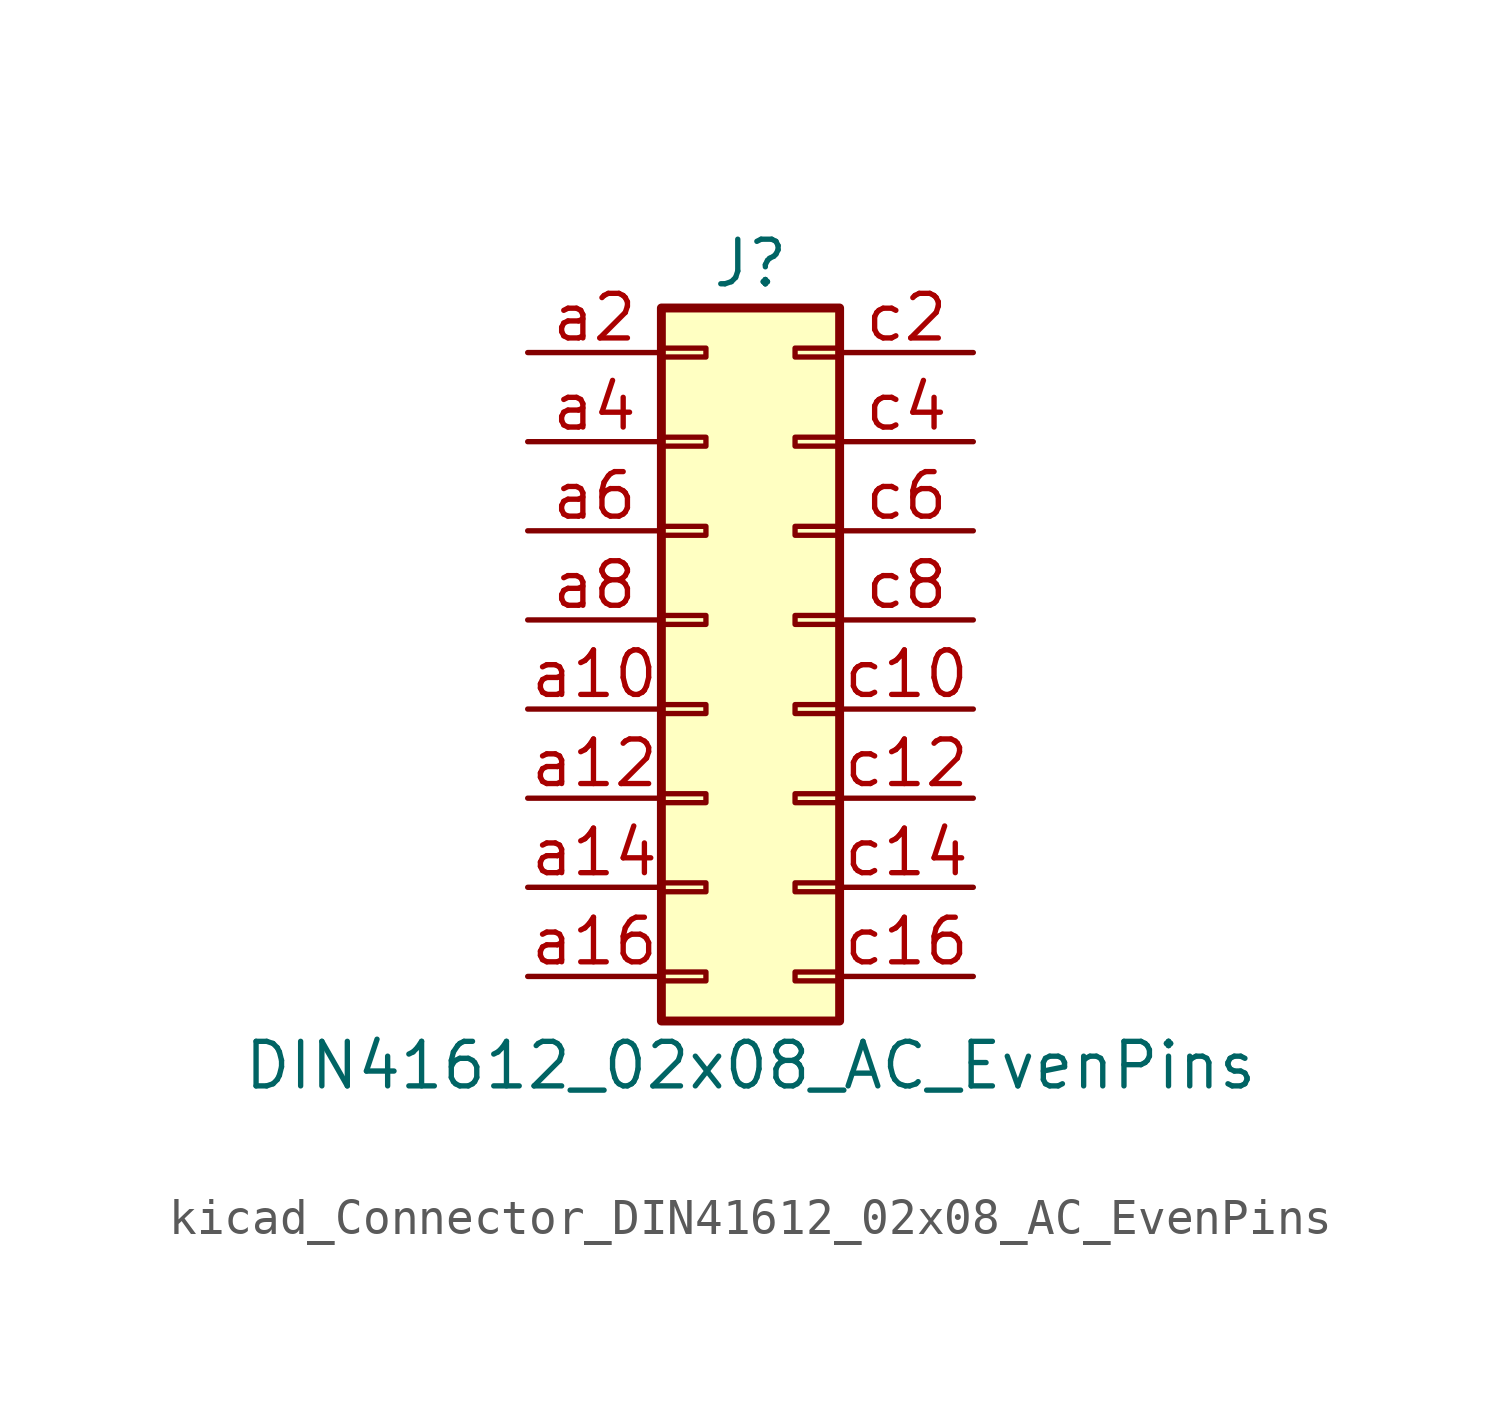
<source format=kicad_sym>
(kicad_symbol_lib
  (version 20220914)
  (generator kicad_symbol_editor)
  (symbol "kicad_Connector_DIN41612_02x08_AC_EvenPins"
    (pin_names
      (offset 1.016) hide)
    (property "Reference" "J"
      (at 1.27 10.16 0)
      (effects (font (size 1.27 1.27))))
    (property "Value" "DIN41612_02x08_AC_EvenPins"
      (at 1.27 -12.7 0)
      (effects (font (size 1.27 1.27))))
    (symbol "kicad_Connector_DIN41612_02x08_AC_EvenPins_1_1"
      (rectangle (start -1.27 -10.033) (end 0 -10.287) (stroke (width 0.152) (type default)) (fill (type none)))
      (rectangle (start -1.27 -7.493) (end 0 -7.747) (stroke (width 0.152) (type default)) (fill (type none)))
      (rectangle (start -1.27 -4.953) (end 0 -5.207) (stroke (width 0.152) (type default)) (fill (type none)))
      (rectangle (start -1.27 -2.413) (end 0 -2.667) (stroke (width 0.152) (type default)) (fill (type none)))
      (rectangle (start -1.27 0.127) (end 0 -0.127) (stroke (width 0.152) (type default)) (fill (type none)))
      (rectangle (start -1.27 2.667) (end 0 2.413) (stroke (width 0.152) (type default)) (fill (type none)))
      (rectangle (start -1.27 5.207) (end 0 4.953) (stroke (width 0.152) (type default)) (fill (type none)))
      (rectangle (start -1.27 7.747) (end 0 7.493) (stroke (width 0.152) (type default)) (fill (type none)))
      (rectangle (start -1.27 8.89) (end 3.81 -11.43) (stroke (width 0.254) (type default)) (fill (type background)))
      (rectangle (start 3.81 -10.033) (end 2.54 -10.287) (stroke (width 0.152) (type default)) (fill (type none)))
      (rectangle (start 3.81 -7.493) (end 2.54 -7.747) (stroke (width 0.152) (type default)) (fill (type none)))
      (rectangle (start 3.81 -4.953) (end 2.54 -5.207) (stroke (width 0.152) (type default)) (fill (type none)))
      (rectangle (start 3.81 -2.413) (end 2.54 -2.667) (stroke (width 0.152) (type default)) (fill (type none)))
      (rectangle (start 3.81 0.127) (end 2.54 -0.127) (stroke (width 0.152) (type default)) (fill (type none)))
      (rectangle (start 3.81 2.667) (end 2.54 2.413) (stroke (width 0.152) (type default)) (fill (type none)))
      (rectangle (start 3.81 5.207) (end 2.54 4.953) (stroke (width 0.152) (type default)) (fill (type none)))
      (rectangle (start 3.81 7.747) (end 2.54 7.493) (stroke (width 0.152) (type default)) (fill (type none)))
      (pin passive line (at -5.08 -2.54 0) (length 3.81) (name "Pin_a10" (effects (font (size 1.27 1.27)))) (number "a10" (effects (font (size 1.27 1.27)))))
      (pin passive line (at -5.08 -5.08 0) (length 3.81) (name "Pin_a12" (effects (font (size 1.27 1.27)))) (number "a12" (effects (font (size 1.27 1.27)))))
      (pin passive line (at -5.08 -7.62 0) (length 3.81) (name "Pin_a14" (effects (font (size 1.27 1.27)))) (number "a14" (effects (font (size 1.27 1.27)))))
      (pin passive line (at -5.08 -10.16 0) (length 3.81) (name "Pin_a16" (effects (font (size 1.27 1.27)))) (number "a16" (effects (font (size 1.27 1.27)))))
      (pin passive line (at -5.08 7.62 0) (length 3.81) (name "Pin_a2" (effects (font (size 1.27 1.27)))) (number "a2" (effects (font (size 1.27 1.27)))))
      (pin passive line (at -5.08 5.08 0) (length 3.81) (name "Pin_a4" (effects (font (size 1.27 1.27)))) (number "a4" (effects (font (size 1.27 1.27)))))
      (pin passive line (at -5.08 2.54 0) (length 3.81) (name "Pin_a6" (effects (font (size 1.27 1.27)))) (number "a6" (effects (font (size 1.27 1.27)))))
      (pin passive line (at -5.08 0 0) (length 3.81) (name "Pin_a8" (effects (font (size 1.27 1.27)))) (number "a8" (effects (font (size 1.27 1.27)))))
      (pin passive line (at 7.62 -2.54 180) (length 3.81) (name "Pin_c10" (effects (font (size 1.27 1.27)))) (number "c10" (effects (font (size 1.27 1.27)))))
      (pin passive line (at 7.62 -5.08 180) (length 3.81) (name "Pin_c12" (effects (font (size 1.27 1.27)))) (number "c12" (effects (font (size 1.27 1.27)))))
      (pin passive line (at 7.62 -7.62 180) (length 3.81) (name "Pin_c14" (effects (font (size 1.27 1.27)))) (number "c14" (effects (font (size 1.27 1.27)))))
      (pin passive line (at 7.62 -10.16 180) (length 3.81) (name "Pin_c16" (effects (font (size 1.27 1.27)))) (number "c16" (effects (font (size 1.27 1.27)))))
      (pin passive line (at 7.62 7.62 180) (length 3.81) (name "Pin_c2" (effects (font (size 1.27 1.27)))) (number "c2" (effects (font (size 1.27 1.27)))))
      (pin passive line (at 7.62 5.08 180) (length 3.81) (name "Pin_c4" (effects (font (size 1.27 1.27)))) (number "c4" (effects (font (size 1.27 1.27)))))
      (pin passive line (at 7.62 2.54 180) (length 3.81) (name "Pin_c6" (effects (font (size 1.27 1.27)))) (number "c6" (effects (font (size 1.27 1.27)))))
      (pin passive line (at 7.62 0 180) (length 3.81) (name "Pin_c8" (effects (font (size 1.27 1.27)))) (number "c8" (effects (font (size 1.27 1.27))))))))
</source>
